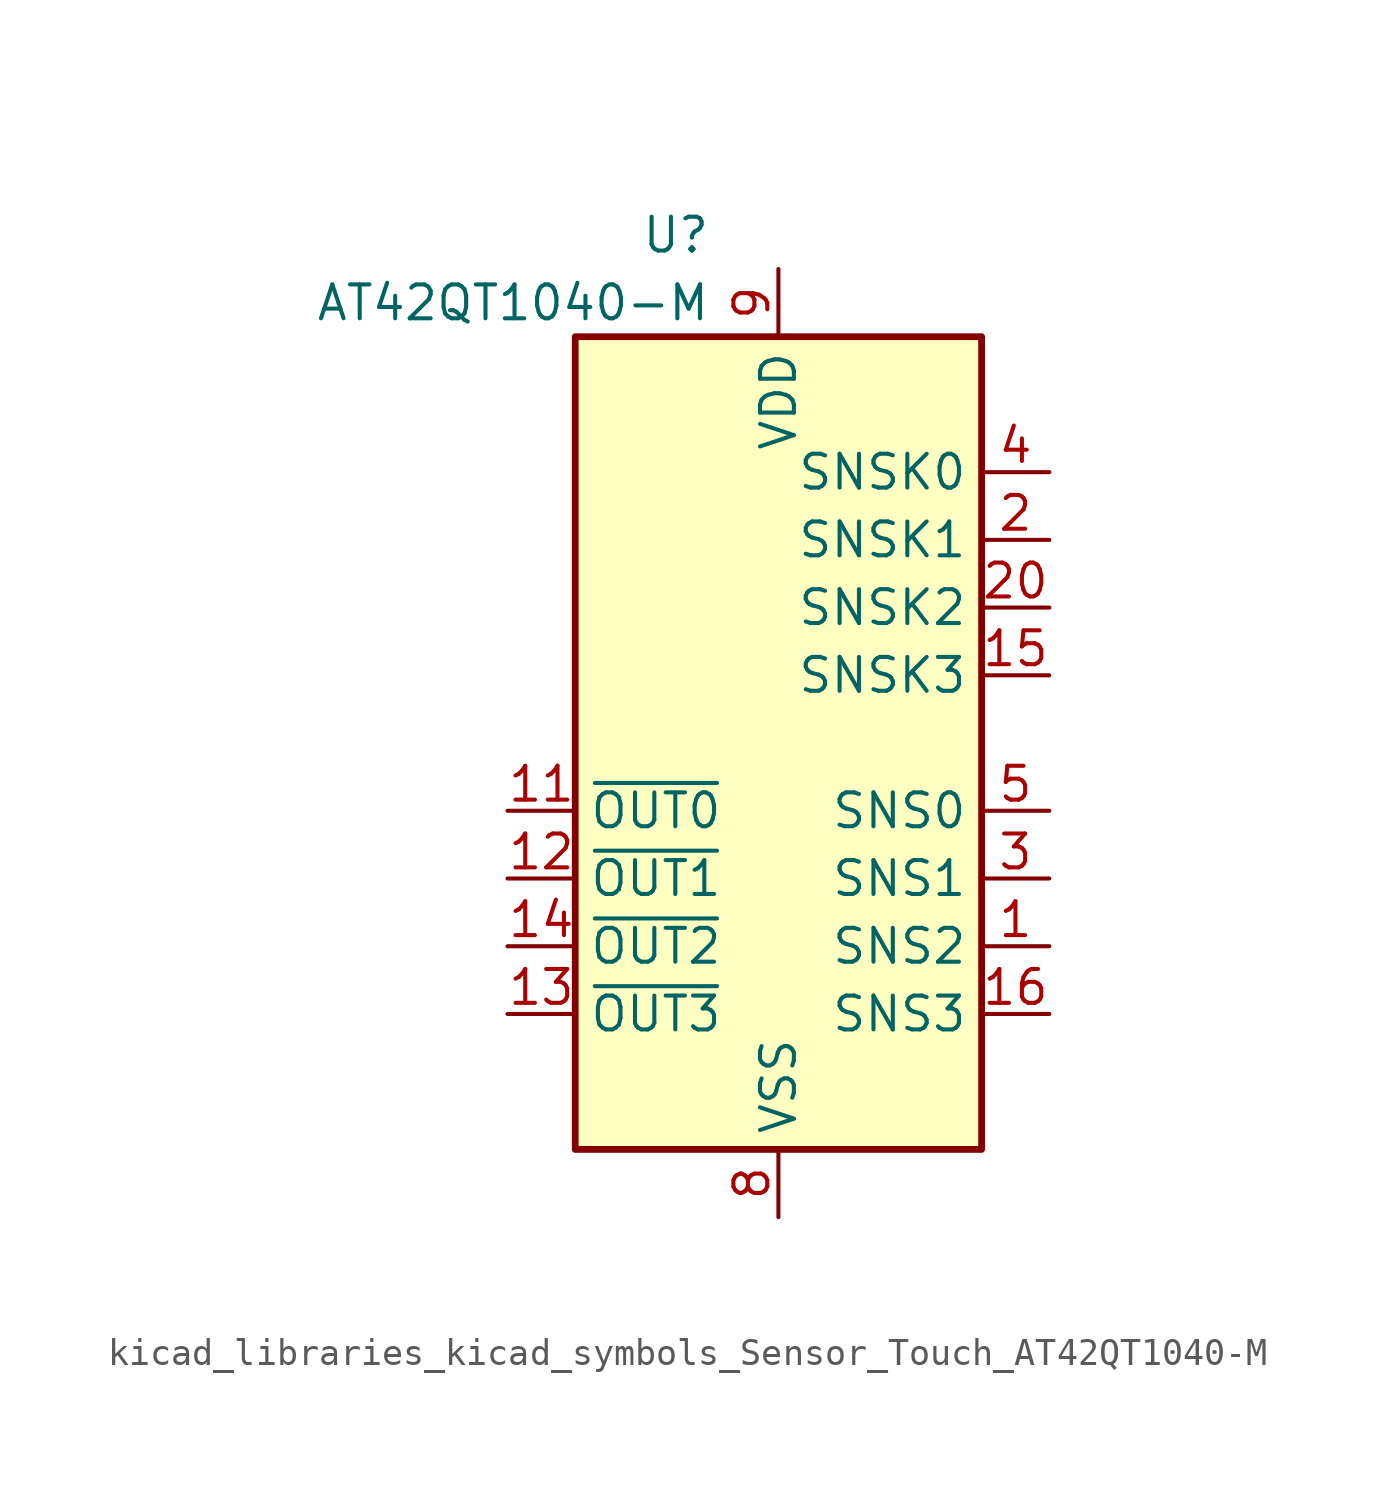
<source format=kicad_sym>
(kicad_symbol_lib
  (version 20220914)
  (generator kicad_symbol_editor)
  (symbol "kicad_libraries_kicad_symbols_Sensor_Touch_AT42QT1040-M"
    (property "Reference" "U"
      (at -2.54 19.05 0)
      (effects (font (size 1.27 1.27)) (justify right)))
    (property "Value" "AT42QT1040-M"
      (at -2.54 16.51 0)
      (effects (font (size 1.27 1.27)) (justify right)))
    (symbol "kicad_libraries_kicad_symbols_Sensor_Touch_AT42QT1040-M_0_1"
      (rectangle (start -7.62 15.24) (end 7.62 -15.24) (stroke (width 0.254) (type default)) (fill (type background))))
    (symbol "kicad_libraries_kicad_symbols_Sensor_Touch_AT42QT1040-M_1_1"
      (pin passive line (at 10.16 -7.62 180) (length 2.54) (name "SNS2" (effects (font (size 1.27 1.27)))) (number "1" (effects (font (size 1.27 1.27)))))
      (pin no_connect line (at -7.62 7.62 0) (length 2.54) hide (name "NC" (effects (font (size 1.27 1.27)))) (number "10" (effects (font (size 1.27 1.27)))))
      (pin open_collector line (at -10.16 -2.54 0) (length 2.54) (name "~{OUT0}" (effects (font (size 1.27 1.27)))) (number "11" (effects (font (size 1.27 1.27)))))
      (pin open_collector line (at -10.16 -5.08 0) (length 2.54) (name "~{OUT1}" (effects (font (size 1.27 1.27)))) (number "12" (effects (font (size 1.27 1.27)))))
      (pin open_collector line (at -10.16 -10.16 0) (length 2.54) (name "~{OUT3}" (effects (font (size 1.27 1.27)))) (number "13" (effects (font (size 1.27 1.27)))))
      (pin open_collector line (at -10.16 -7.62 0) (length 2.54) (name "~{OUT2}" (effects (font (size 1.27 1.27)))) (number "14" (effects (font (size 1.27 1.27)))))
      (pin passive line (at 10.16 2.54 180) (length 2.54) (name "SNSK3" (effects (font (size 1.27 1.27)))) (number "15" (effects (font (size 1.27 1.27)))))
      (pin passive line (at 10.16 -10.16 180) (length 2.54) (name "SNS3" (effects (font (size 1.27 1.27)))) (number "16" (effects (font (size 1.27 1.27)))))
      (pin no_connect line (at -7.62 5.08 0) (length 2.54) hide (name "NC" (effects (font (size 1.27 1.27)))) (number "17" (effects (font (size 1.27 1.27)))))
      (pin no_connect line (at -7.62 2.54 0) (length 2.54) hide (name "NC" (effects (font (size 1.27 1.27)))) (number "18" (effects (font (size 1.27 1.27)))))
      (pin no_connect line (at -7.62 0 0) (length 2.54) hide (name "NC" (effects (font (size 1.27 1.27)))) (number "19" (effects (font (size 1.27 1.27)))))
      (pin passive line (at 10.16 7.62 180) (length 2.54) (name "SNSK1" (effects (font (size 1.27 1.27)))) (number "2" (effects (font (size 1.27 1.27)))))
      (pin passive line (at 10.16 5.08 180) (length 2.54) (name "SNSK2" (effects (font (size 1.27 1.27)))) (number "20" (effects (font (size 1.27 1.27)))))
      (pin passive line (at 0 -17.78 90) (length 2.54) hide (name "VSS" (effects (font (size 1.27 1.27)))) (number "21" (effects (font (size 1.27 1.27)))))
      (pin passive line (at 10.16 -5.08 180) (length 2.54) (name "SNS1" (effects (font (size 1.27 1.27)))) (number "3" (effects (font (size 1.27 1.27)))))
      (pin passive line (at 10.16 10.16 180) (length 2.54) (name "SNSK0" (effects (font (size 1.27 1.27)))) (number "4" (effects (font (size 1.27 1.27)))))
      (pin passive line (at 10.16 -2.54 180) (length 2.54) (name "SNS0" (effects (font (size 1.27 1.27)))) (number "5" (effects (font (size 1.27 1.27)))))
      (pin no_connect line (at -7.62 12.7 0) (length 2.54) hide (name "NC" (effects (font (size 1.27 1.27)))) (number "6" (effects (font (size 1.27 1.27)))))
      (pin no_connect line (at -7.62 10.16 0) (length 2.54) hide (name "NC" (effects (font (size 1.27 1.27)))) (number "7" (effects (font (size 1.27 1.27)))))
      (pin power_in line (at 0 -17.78 90) (length 2.54) (name "VSS" (effects (font (size 1.27 1.27)))) (number "8" (effects (font (size 1.27 1.27)))))
      (pin power_in line (at 0 17.78 270) (length 2.54) (name "VDD" (effects (font (size 1.27 1.27)))) (number "9" (effects (font (size 1.27 1.27))))))))
</source>
